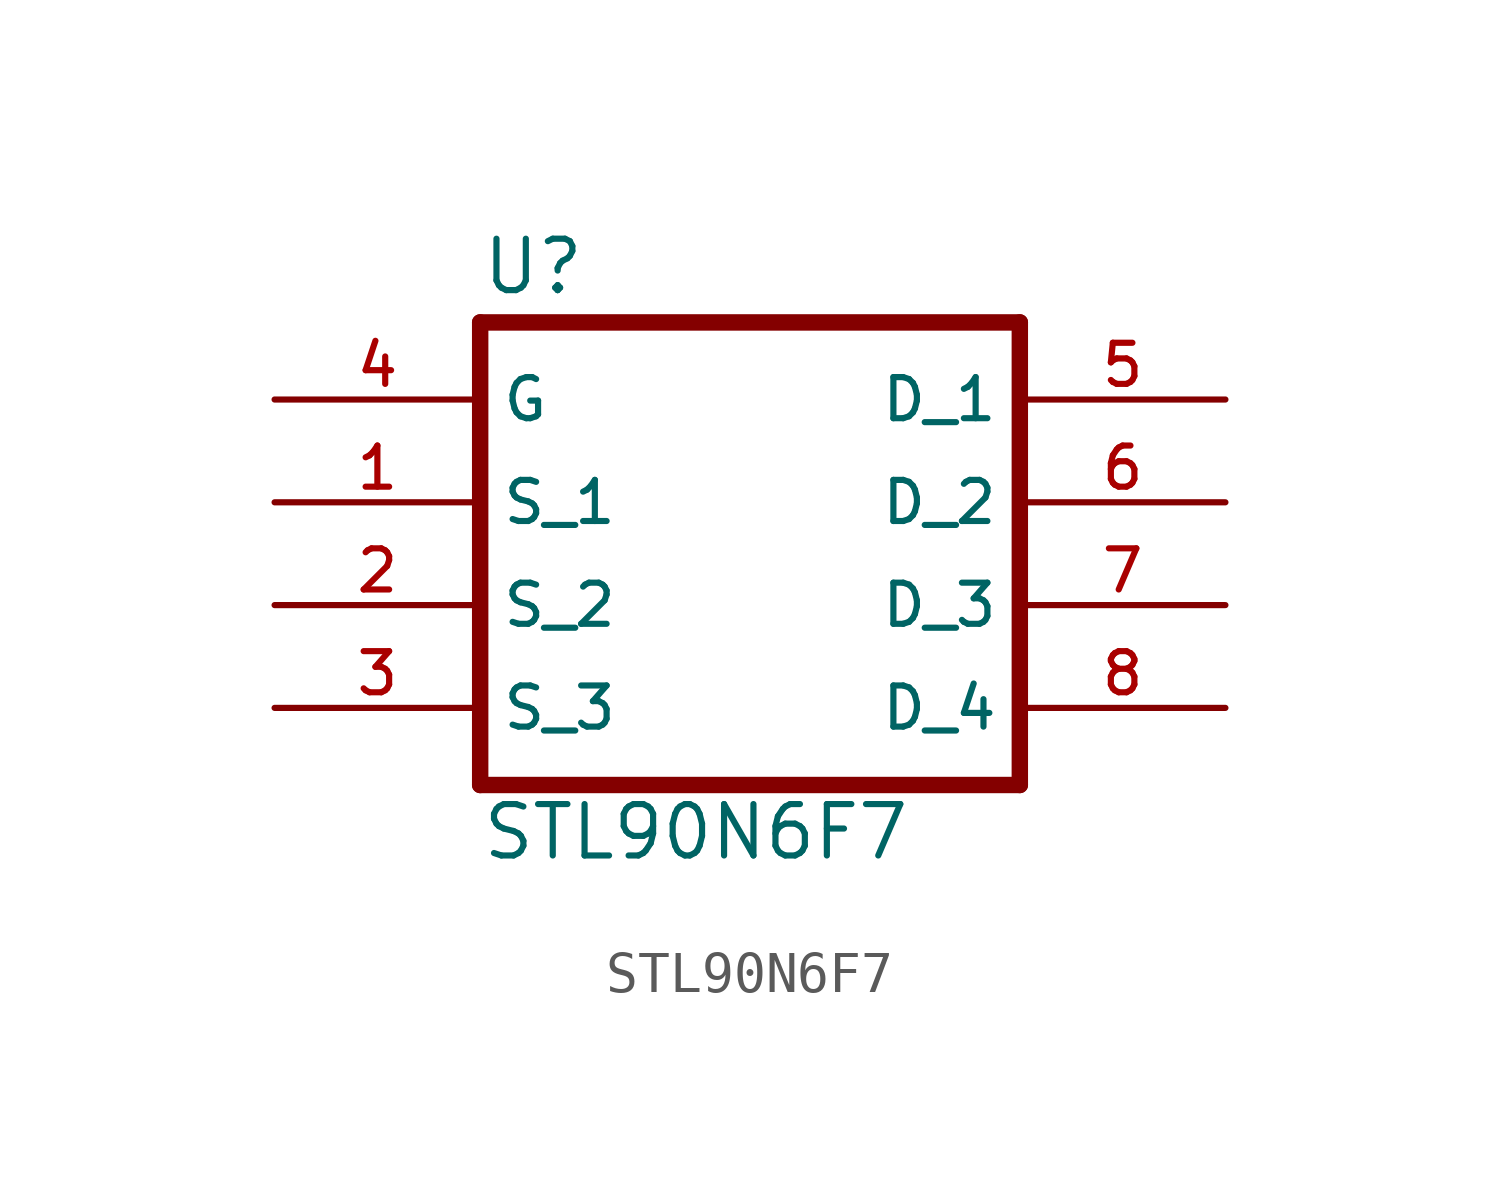
<source format=kicad_sym>
(kicad_symbol_lib
  (version 20200126)
  (host kicad_symbol_editor "5.99.0-unknown-77313e4~101~ubuntu18.04.1")
  (symbol "STL90N6F7:STL90N6F7"
    (property "Reference" "U"
      (at -6.985 6.35 0)
      (effects (font (size 1.27 1.27)) (justify left bottom)))
    (property "Value" "STL90N6F7"
      (at -6.985 -7.62 0)
      (effects (font (size 1.27 1.27)) (justify left bottom)))
    (property "ki_locked" ""
      (at 0 0 0)
      (effects (font (size 1.27 1.27))))
    (symbol "STL90N6F7_0_0"
      (polyline (pts (xy -6.985 5.715) (xy 6.35 5.715)) (stroke (width 0.406)) (fill (type none)))
      (polyline (pts (xy 6.35 5.715) (xy 6.35 -5.715)) (stroke (width 0.406)) (fill (type none)))
      (polyline (pts (xy 6.35 -5.715) (xy -6.985 -5.715)) (stroke (width 0.406)) (fill (type none)))
      (polyline (pts (xy -6.985 -5.715) (xy -6.985 5.715)) (stroke (width 0.406)) (fill (type none)))
      (pin bidirectional line (at 11.43 3.81 180) (length 5.08) (name "D_1" (effects (font (size 1.016 1.016)))) (number "5" (effects (font (size 1.016 1.016)))))
      (pin bidirectional line (at 11.43 1.27 180) (length 5.08) (name "D_2" (effects (font (size 1.016 1.016)))) (number "6" (effects (font (size 1.016 1.016)))))
      (pin bidirectional line (at -12.065 3.81 0) (length 5.08) (name "G" (effects (font (size 1.016 1.016)))) (number "4" (effects (font (size 1.016 1.016)))))
      (pin bidirectional line (at -12.065 1.27 0) (length 5.08) (name "S_1" (effects (font (size 1.016 1.016)))) (number "1" (effects (font (size 1.016 1.016)))))
      (pin bidirectional line (at -12.065 -1.27 0) (length 5.08) (name "S_2" (effects (font (size 1.016 1.016)))) (number "2" (effects (font (size 1.016 1.016)))))
      (pin bidirectional line (at -12.065 -3.81 0) (length 5.08) (name "S_3" (effects (font (size 1.016 1.016)))) (number "3" (effects (font (size 1.016 1.016)))))
      (pin bidirectional line (at 11.43 -1.27 180) (length 5.08) (name "D_3" (effects (font (size 1.016 1.016)))) (number "7" (effects (font (size 1.016 1.016)))))
      (pin bidirectional line (at 11.43 -3.81 180) (length 5.08) (name "D_4" (effects (font (size 1.016 1.016)))) (number "8" (effects (font (size 1.016 1.016))))))))
</source>
